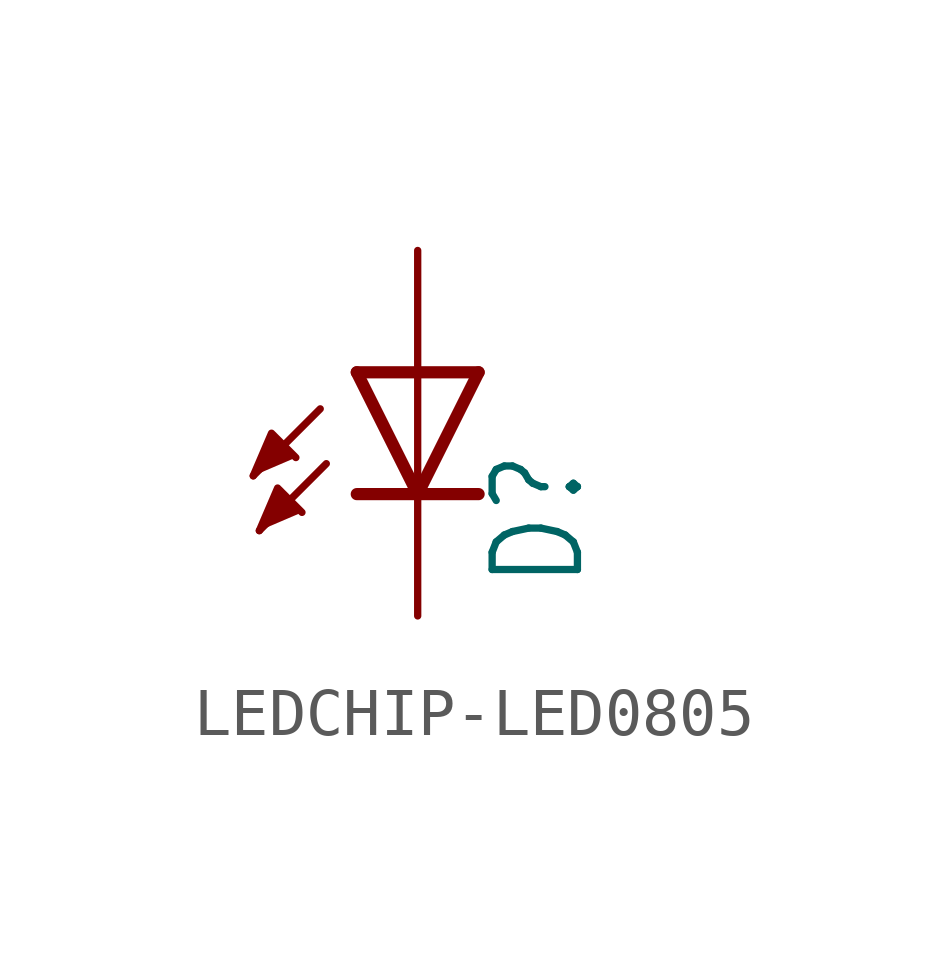
<source format=kicad_sym>
(kicad_symbol_lib
  (version 20220914)
  (generator kicad_symbol_editor)
  (symbol "LEDCHIP-LED0805"
    (property "Reference" "D"
      (at 3.556 -4.572 90)
      (effects (font (size 1.778 1.511)) (justify left bottom)))
    (property "Value" ""
      (at 5.715 -4.572 90)
      (effects (font (size 1.778 1.511)) (justify left bottom)))
    (property "ki_locked" ""
      (at 0 0 0)
      (effects (font (size 1.27 1.27))))
    (symbol "LEDCHIP-LED0805_1_0"
      (polyline (pts (xy -2.032 -0.762) (xy -3.429 -2.159)) (stroke (width 0.152) (type solid)) (fill (type none)))
      (polyline (pts (xy -1.905 -1.905) (xy -3.302 -3.302)) (stroke (width 0.152) (type solid)) (fill (type none)))
      (polyline (pts (xy 0 -2.54) (xy -1.27 -2.54)) (stroke (width 0.254) (type solid)) (fill (type none)))
      (polyline (pts (xy 0 -2.54) (xy -1.27 0)) (stroke (width 0.254) (type solid)) (fill (type none)))
      (polyline (pts (xy 0 0) (xy -1.27 0)) (stroke (width 0.254) (type solid)) (fill (type none)))
      (polyline (pts (xy 0 0) (xy 0 -2.54)) (stroke (width 0.152) (type solid)) (fill (type none)))
      (polyline (pts (xy 1.27 -2.54) (xy 0 -2.54)) (stroke (width 0.254) (type solid)) (fill (type none)))
      (polyline (pts (xy 1.27 0) (xy 0 -2.54)) (stroke (width 0.254) (type solid)) (fill (type none)))
      (polyline (pts (xy 1.27 0) (xy 0 0)) (stroke (width 0.254) (type solid)) (fill (type none)))
      (polyline (pts (xy -3.429 -2.159) (xy -3.048 -1.27) (xy -2.54 -1.778)) (stroke (width 0.152) (type solid)) (fill (type outline)))
      (polyline (pts (xy -3.302 -3.302) (xy -2.921 -2.413) (xy -2.413 -2.921)) (stroke (width 0.152) (type solid)) (fill (type outline)))
      (pin passive line (at 0 2.54 270) (length 2.54) (name "A" (effects (font (size 0 0)))) (number "A" (effects (font (size 0 0)))))
      (pin passive line (at 0 -5.08 90) (length 2.54) (name "C" (effects (font (size 0 0)))) (number "C" (effects (font (size 0 0))))))))
</source>
